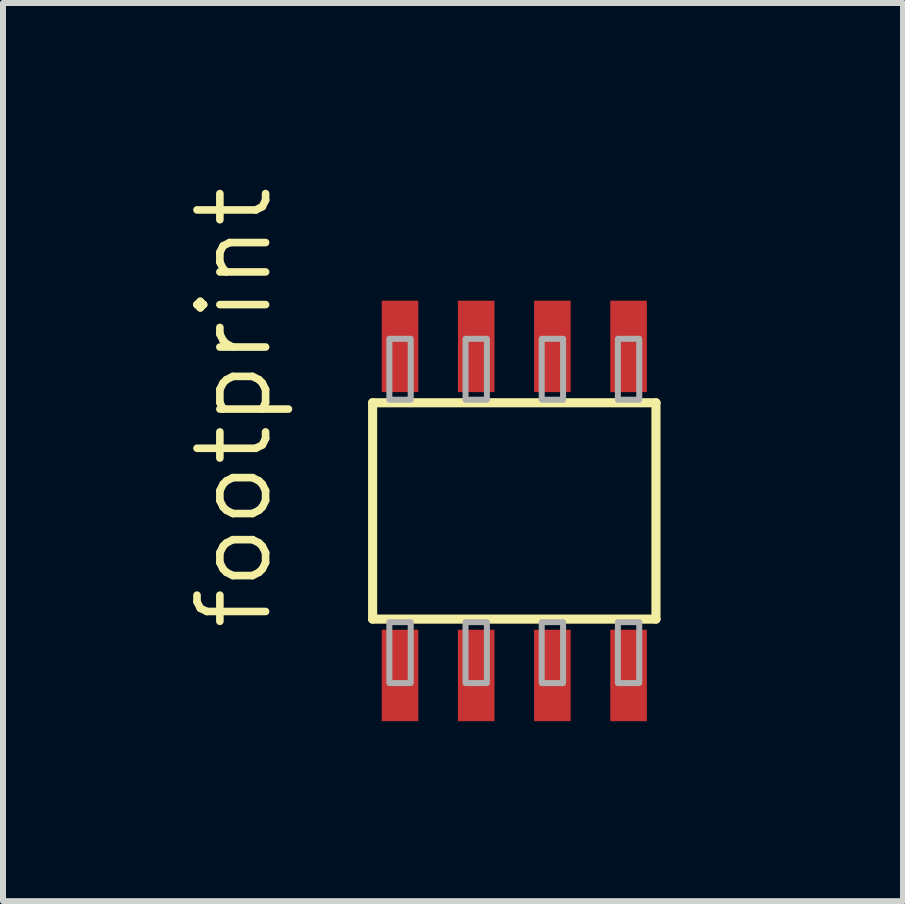
<source format=kicad_pcb>
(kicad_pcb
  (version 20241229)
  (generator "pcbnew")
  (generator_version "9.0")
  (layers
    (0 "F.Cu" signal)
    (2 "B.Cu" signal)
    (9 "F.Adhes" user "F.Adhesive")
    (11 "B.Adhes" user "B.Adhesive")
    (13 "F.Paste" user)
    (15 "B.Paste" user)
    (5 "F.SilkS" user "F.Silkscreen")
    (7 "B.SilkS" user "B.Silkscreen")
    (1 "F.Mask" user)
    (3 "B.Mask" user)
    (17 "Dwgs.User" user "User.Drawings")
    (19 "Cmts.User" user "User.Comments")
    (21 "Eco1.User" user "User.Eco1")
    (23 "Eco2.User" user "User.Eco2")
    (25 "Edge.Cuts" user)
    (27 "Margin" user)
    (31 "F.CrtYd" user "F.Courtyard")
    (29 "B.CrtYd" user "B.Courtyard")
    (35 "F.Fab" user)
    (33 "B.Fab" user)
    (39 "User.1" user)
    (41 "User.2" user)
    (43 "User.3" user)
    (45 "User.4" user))
  (footprint "footprint"
    (layer "F.Cu")
    (at 5.524 5.468)
    (property "Reference" "footprint" (at -4 2.032 90) (layer "F.SilkS") (effects (font (size 1.143 1.143) (thickness 0.127)) (justify left bottom)))
    (fp_poly (pts (xy -2.616 -0.279) (xy -1.88 -0.279) (xy -1.88 -0.614) (xy -2.007 -0.741) (xy -2.007 -1.164) (xy -1.799 -1.372) (xy -1.397 -1.372) (xy -1.397 -1.575) (xy -1.295 -1.575) (xy -1.295 -0.914) (xy -0.889 -0.914) (xy -0.889 -1.372) (xy -0.533 -1.372) (xy -0.533 -0.914) (xy -0.102 -0.914) (xy -0.102 -1.575) (xy 0.102 -1.575) (xy 0.102 -0.914) (xy 0.508 -0.914) (xy 0.508 -1.372) (xy 0.94 -1.372) (xy 0.94 -0.914) (xy 1.295 -0.914) (xy 1.295 -1.575) (xy 1.397 -1.575) (xy 1.397 -1.372) (xy 1.799 -1.372) (xy 2.007 -1.164) (xy 2.007 -0.741) (xy 1.829 -0.563) (xy 1.829 -0.279) (xy 2.616 -0.279) (xy 2.616 -1.829) (xy 3.48 -1.829) (xy 3.48 1.829) (xy 2.616 1.829) (xy 2.616 0.279) (xy 1.829 0.279) (xy 1.829 0.563) (xy 2.007 0.741) (xy 2.007 1.113) (xy 1.774 1.346) (xy 1.397 1.346) (xy 1.397 1.473) (xy 1.295 1.473) (xy 1.295 0.914) (xy 0.914 0.914) (xy 0.914 1.372) (xy 0.508 1.372) (xy 0.508 0.914) (xy 0.102 0.914) (xy 0.102 1.575) (xy -0.102 1.575) (xy -0.102 0.914) (xy -0.533 0.914) (xy -0.533 1.372) (xy -0.889 1.372) (xy -0.889 0.914) (xy -1.295 0.914) (xy -1.295 1.473) (xy -1.397 1.473) (xy -1.397 1.372) (xy -1.799 1.372) (xy -2.007 1.164) (xy -2.007 0.741) (xy -1.88 0.614) (xy -1.88 0.279) (xy -2.616 0.279) (xy -2.616 1.829) (xy -3.48 1.829) (xy -3.48 -1.829) (xy -2.616 -1.829)) (stroke (width 0) (type solid)) (fill yes) (layer "F.Mask"))
    (fp_line (start -2.362 -1.803) (end -2.362 1.803) (stroke (width 0.152) (type solid)) (layer "F.SilkS"))
    (fp_line (start -2.362 1.803) (end 2.362 1.803) (stroke (width 0.152) (type solid)) (layer "F.SilkS"))
    (fp_line (start 2.362 -1.803) (end -2.362 -1.803) (stroke (width 0.152) (type solid)) (layer "F.SilkS"))
    (fp_line (start 2.362 1.803) (end 2.362 -1.803) (stroke (width 0.152) (type solid)) (layer "F.SilkS"))
    (fp_poly (pts (xy -2.083 -1.854) (xy -1.727 -1.854) (xy -1.727 -2.87) (xy -2.083 -2.87)) (stroke (width 0.1) (type solid)) (fill no) (layer "F.Fab"))
    (fp_poly (pts (xy -2.083 2.87) (xy -1.727 2.87) (xy -1.727 1.854) (xy -2.083 1.854)) (stroke (width 0.1) (type solid)) (fill no) (layer "F.Fab"))
    (fp_poly (pts (xy -0.813 -1.854) (xy -0.457 -1.854) (xy -0.457 -2.87) (xy -0.813 -2.87)) (stroke (width 0.1) (type solid)) (fill no) (layer "F.Fab"))
    (fp_poly (pts (xy -0.813 2.87) (xy -0.457 2.87) (xy -0.457 1.854) (xy -0.813 1.854)) (stroke (width 0.1) (type solid)) (fill no) (layer "F.Fab"))
    (fp_poly (pts (xy 0.457 -1.854) (xy 0.813 -1.854) (xy 0.813 -2.87) (xy 0.457 -2.87)) (stroke (width 0.1) (type solid)) (fill no) (layer "F.Fab"))
    (fp_poly (pts (xy 0.457 2.87) (xy 0.813 2.87) (xy 0.813 1.854) (xy 0.457 1.854)) (stroke (width 0.1) (type solid)) (fill no) (layer "F.Fab"))
    (fp_poly (pts (xy 1.727 -1.854) (xy 2.083 -1.854) (xy 2.083 -2.87) (xy 1.727 -2.87)) (stroke (width 0.1) (type solid)) (fill no) (layer "F.Fab"))
    (fp_poly (pts (xy 1.727 2.87) (xy 2.083 2.87) (xy 2.083 1.854) (xy 1.727 1.854)) (stroke (width 0.1) (type solid)) (fill no) (layer "F.Fab"))
    (pad "1" smd rect (at -1.905 2.743) (size 0.61 1.524) (layers "F.Cu" "F.Mask" "F.Paste"))
    (pad "2" smd rect (at -0.635 2.743) (size 0.61 1.524) (layers "F.Cu" "F.Mask" "F.Paste"))
    (pad "3" smd rect (at 0.635 2.743) (size 0.61 1.524) (layers "F.Cu" "F.Mask" "F.Paste"))
    (pad "4" smd rect (at 1.905 2.743) (size 0.61 1.524) (layers "F.Cu" "F.Mask" "F.Paste"))
    (pad "5" smd rect (at 1.905 -2.743) (size 0.61 1.524) (layers "F.Cu" "F.Mask" "F.Paste"))
    (pad "6" smd rect (at 0.635 -2.743) (size 0.61 1.524) (layers "F.Cu" "F.Mask" "F.Paste"))
    (pad "7" smd rect (at -0.635 -2.743) (size 0.61 1.524) (layers "F.Cu" "F.Mask" "F.Paste"))
    (pad "8" smd rect (at -1.905 -2.743) (size 0.61 1.524) (layers "F.Cu" "F.Mask" "F.Paste")))
  (gr_rect
    (start -3 -3)
    (end 12.004 11.973)
    (stroke (width 0.1) (type default))
    (fill no)
    (layer "Edge.Cuts")))
</source>
